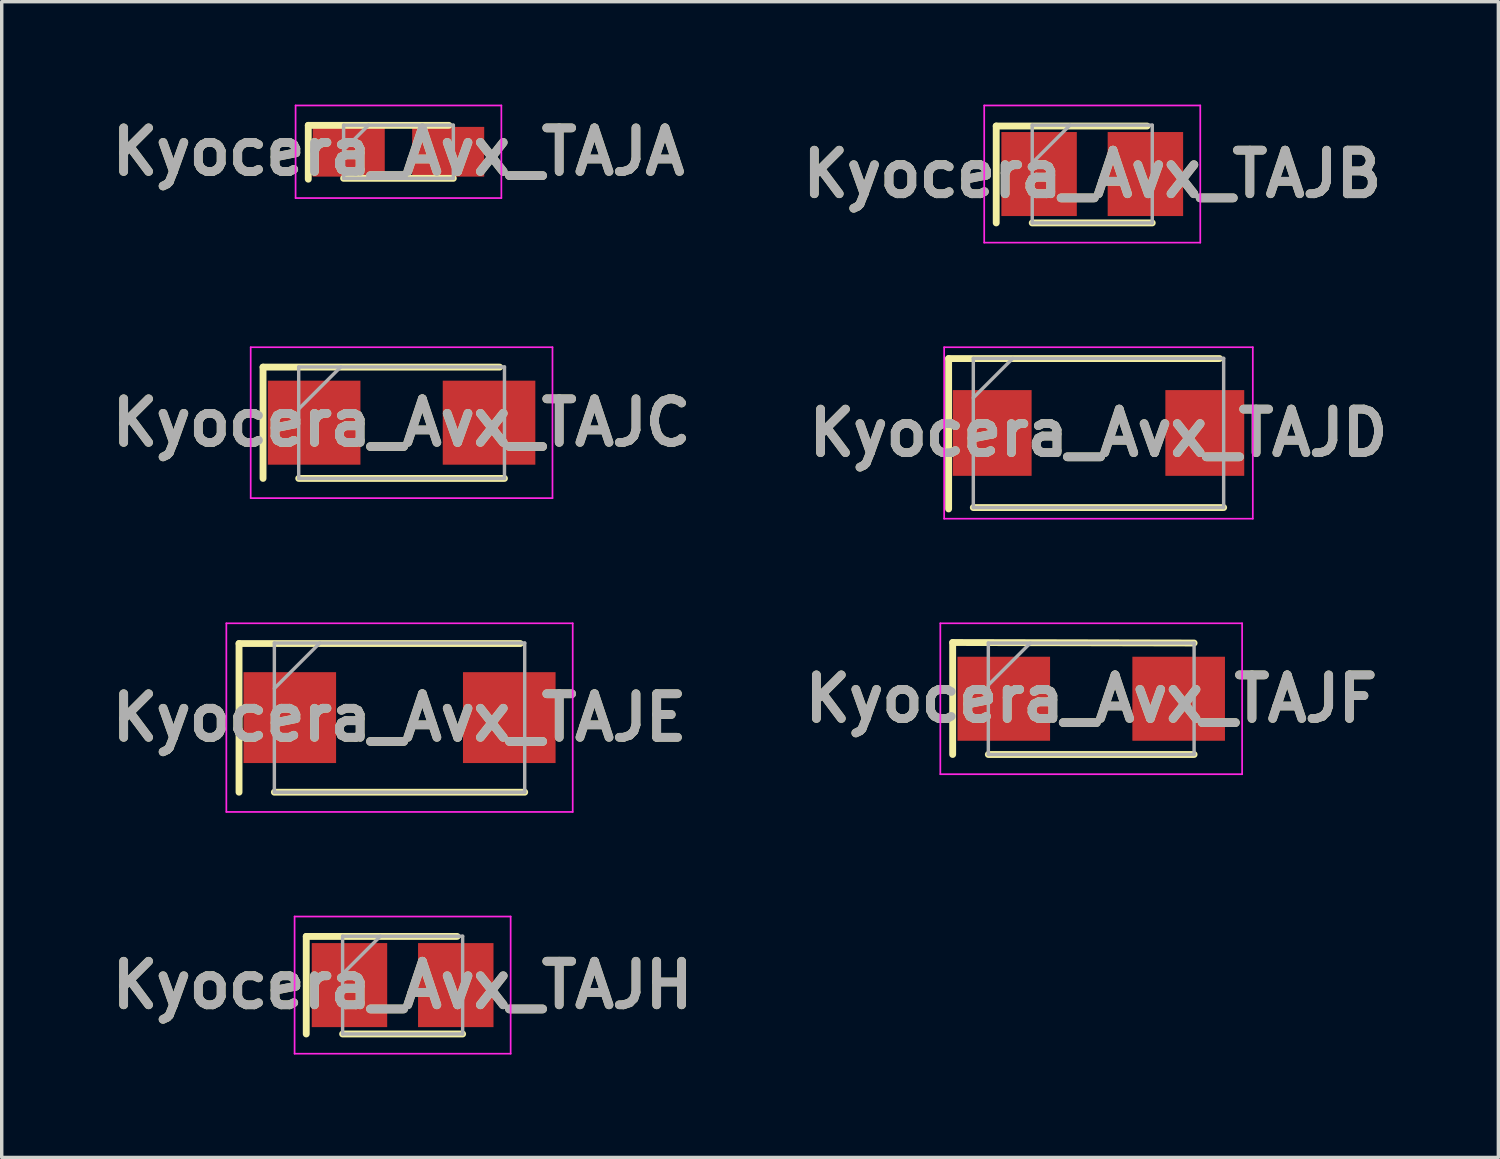
<source format=kicad_pcb>
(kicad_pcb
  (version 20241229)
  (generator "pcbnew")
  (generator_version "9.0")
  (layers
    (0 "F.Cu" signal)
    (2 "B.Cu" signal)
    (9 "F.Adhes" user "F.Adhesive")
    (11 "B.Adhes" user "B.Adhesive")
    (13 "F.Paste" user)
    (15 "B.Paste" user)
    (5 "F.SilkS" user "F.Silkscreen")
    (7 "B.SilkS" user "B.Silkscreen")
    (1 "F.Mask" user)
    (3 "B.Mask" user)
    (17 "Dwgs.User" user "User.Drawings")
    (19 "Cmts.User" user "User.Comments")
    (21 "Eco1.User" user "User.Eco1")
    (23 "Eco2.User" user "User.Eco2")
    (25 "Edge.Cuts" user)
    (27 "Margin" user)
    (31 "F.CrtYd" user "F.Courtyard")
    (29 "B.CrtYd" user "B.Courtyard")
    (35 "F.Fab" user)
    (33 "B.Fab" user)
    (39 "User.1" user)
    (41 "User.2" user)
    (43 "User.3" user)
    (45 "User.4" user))
  (footprint "Kyocera_Avx_TAJC"
    (layer "F.Cu")
    (at 8.66 9.275)
    (property "Reference" "Kyocera_Avx_TAJC" (at 0 0 0) (layer "F.SilkS") (effects (font (size 1.27 1.27) (thickness 0.254))))
    (attr smd)
    (fp_line (start -4.04 -1.62) (end -4.04 1.625) (stroke (width 0.2) (type solid)) (layer "F.SilkS"))
    (fp_line (start -3 1.625) (end 3 1.625) (stroke (width 0.2) (type solid)) (layer "F.SilkS"))
    (fp_line (start 2.86 -1.62) (end -4.04 -1.62) (stroke (width 0.2) (type solid)) (layer "F.SilkS"))
    (fp_line (start -4.4 -2.2) (end 4.4 -2.2) (stroke (width 0.05) (type solid)) (layer "F.CrtYd"))
    (fp_line (start -4.4 2.2) (end -4.4 -2.2) (stroke (width 0.05) (type solid)) (layer "F.CrtYd"))
    (fp_line (start 4.4 -2.2) (end 4.4 2.2) (stroke (width 0.05) (type solid)) (layer "F.CrtYd"))
    (fp_line (start 4.4 2.2) (end -4.4 2.2) (stroke (width 0.05) (type solid)) (layer "F.CrtYd"))
    (fp_line (start -3 -1.625) (end 3 -1.625) (stroke (width 0.1) (type solid)) (layer "F.Fab"))
    (fp_line (start -3 -0.4) (end -1.775 -1.625) (stroke (width 0.1) (type solid)) (layer "F.Fab"))
    (fp_line (start -3 1.625) (end -3 -1.625) (stroke (width 0.1) (type solid)) (layer "F.Fab"))
    (fp_line (start 3 -1.625) (end 3 1.625) (stroke (width 0.1) (type solid)) (layer "F.Fab"))
    (fp_line (start 3 1.625) (end -3 1.625) (stroke (width 0.1) (type solid)) (layer "F.Fab"))
    (fp_text user "${REFERENCE}" (at 0 0 0) (layer "F.Fab") (effects (font (size 1.27 1.27) (thickness 0.254))))
    (pad "1" smd rect (at -2.55 0 90) (size 2.45 2.7) (layers "F.Cu" "F.Mask" "F.Paste"))
    (pad "2" smd rect (at 2.55 0 90) (size 2.45 2.7) (layers "F.Cu" "F.Mask" "F.Paste")))
  (footprint "Kyocera_Avx_TAJE"
    (layer "F.Cu")
    (at 8.6 17.875)
    (property "Reference" "Kyocera_Avx_TAJE" (at 0 0 0) (layer "F.SilkS") (effects (font (size 1.27 1.27) (thickness 0.254))))
    (attr smd)
    (fp_line (start -4.68 -2.16) (end -4.68 2.175) (stroke (width 0.2) (type solid)) (layer "F.SilkS"))
    (fp_line (start -3.65 2.175) (end 3.65 2.175) (stroke (width 0.2) (type solid)) (layer "F.SilkS"))
    (fp_line (start 3.52 -2.16) (end -4.68 -2.16) (stroke (width 0.2) (type solid)) (layer "F.SilkS"))
    (fp_line (start -5.05 -2.75) (end 5.05 -2.75) (stroke (width 0.05) (type solid)) (layer "F.CrtYd"))
    (fp_line (start -5.05 2.75) (end -5.05 -2.75) (stroke (width 0.05) (type solid)) (layer "F.CrtYd"))
    (fp_line (start 5.05 -2.75) (end 5.05 2.75) (stroke (width 0.05) (type solid)) (layer "F.CrtYd"))
    (fp_line (start 5.05 2.75) (end -5.05 2.75) (stroke (width 0.05) (type solid)) (layer "F.CrtYd"))
    (fp_line (start -3.65 -2.175) (end 3.65 -2.175) (stroke (width 0.1) (type solid)) (layer "F.Fab"))
    (fp_line (start -3.65 -0.85) (end -2.325 -2.175) (stroke (width 0.1) (type solid)) (layer "F.Fab"))
    (fp_line (start -3.65 2.175) (end -3.65 -2.175) (stroke (width 0.1) (type solid)) (layer "F.Fab"))
    (fp_line (start 3.65 -2.175) (end 3.65 2.175) (stroke (width 0.1) (type solid)) (layer "F.Fab"))
    (fp_line (start 3.65 2.175) (end -3.65 2.175) (stroke (width 0.1) (type solid)) (layer "F.Fab"))
    (fp_text user "${REFERENCE}" (at 0 0 0) (layer "F.Fab") (effects (font (size 1.27 1.27) (thickness 0.254))))
    (pad "1" smd rect (at -3.2 0 90) (size 2.65 2.7) (layers "F.Cu" "F.Mask" "F.Paste"))
    (pad "2" smd rect (at 3.2 0 90) (size 2.65 2.7) (layers "F.Cu" "F.Mask" "F.Paste")))
  (footprint "Kyocera_Avx_TAJH"
    (layer "F.Cu")
    (at 8.69 25.675)
    (property "Reference" "Kyocera_Avx_TAJH" (at 0 0 0) (layer "F.SilkS") (effects (font (size 1.27 1.27) (thickness 0.254))))
    (attr smd)
    (fp_line (start -2.81 -1.42) (end -2.81 1.425) (stroke (width 0.2) (type solid)) (layer "F.SilkS"))
    (fp_line (start -1.75 1.425) (end 1.75 1.425) (stroke (width 0.2) (type solid)) (layer "F.SilkS"))
    (fp_line (start 1.59 -1.42) (end -2.81 -1.42) (stroke (width 0.2) (type solid)) (layer "F.SilkS"))
    (fp_line (start -3.15 -2) (end 3.15 -2) (stroke (width 0.05) (type solid)) (layer "F.CrtYd"))
    (fp_line (start -3.15 2) (end -3.15 -2) (stroke (width 0.05) (type solid)) (layer "F.CrtYd"))
    (fp_line (start 3.15 -2) (end 3.15 2) (stroke (width 0.05) (type solid)) (layer "F.CrtYd"))
    (fp_line (start 3.15 2) (end -3.15 2) (stroke (width 0.05) (type solid)) (layer "F.CrtYd"))
    (fp_line (start -1.75 -1.425) (end 1.75 -1.425) (stroke (width 0.1) (type solid)) (layer "F.Fab"))
    (fp_line (start -1.75 -0.325) (end -0.65 -1.425) (stroke (width 0.1) (type solid)) (layer "F.Fab"))
    (fp_line (start -1.75 1.425) (end -1.75 -1.425) (stroke (width 0.1) (type solid)) (layer "F.Fab"))
    (fp_line (start 1.75 -1.425) (end 1.75 1.425) (stroke (width 0.1) (type solid)) (layer "F.Fab"))
    (fp_line (start 1.75 1.425) (end -1.75 1.425) (stroke (width 0.1) (type solid)) (layer "F.Fab"))
    (fp_text user "${REFERENCE}" (at 0 0 0) (layer "F.Fab") (effects (font (size 1.27 1.27) (thickness 0.254))))
    (pad "1" smd rect (at -1.55 0) (size 2.2 2.45) (layers "F.Cu" "F.Mask" "F.Paste"))
    (pad "2" smd rect (at 1.55 0) (size 2.2 2.45) (layers "F.Cu" "F.Mask" "F.Paste")))
  (footprint "Kyocera_Avx_TAJB"
    (layer "F.Cu")
    (at 28.799 2.025)
    (property "Reference" "Kyocera_Avx_TAJB" (at 0 0 0) (layer "F.SilkS") (effects (font (size 1.27 1.27) (thickness 0.254))))
    (attr smd)
    (fp_line (start -2.8 -1.4) (end -2.8 1.425) (stroke (width 0.2) (type solid)) (layer "F.SilkS"))
    (fp_line (start -1.75 1.425) (end 1.75 1.425) (stroke (width 0.2) (type solid)) (layer "F.SilkS"))
    (fp_line (start 1.6 -1.4) (end -2.8 -1.4) (stroke (width 0.2) (type solid)) (layer "F.SilkS"))
    (fp_line (start -3.15 -2) (end 3.15 -2) (stroke (width 0.05) (type solid)) (layer "F.CrtYd"))
    (fp_line (start -3.15 2) (end -3.15 -2) (stroke (width 0.05) (type solid)) (layer "F.CrtYd"))
    (fp_line (start 3.15 -2) (end 3.15 2) (stroke (width 0.05) (type solid)) (layer "F.CrtYd"))
    (fp_line (start 3.15 2) (end -3.15 2) (stroke (width 0.05) (type solid)) (layer "F.CrtYd"))
    (fp_line (start -1.75 -1.425) (end 1.75 -1.425) (stroke (width 0.1) (type solid)) (layer "F.Fab"))
    (fp_line (start -1.75 -0.325) (end -0.65 -1.425) (stroke (width 0.1) (type solid)) (layer "F.Fab"))
    (fp_line (start -1.75 1.425) (end -1.75 -1.425) (stroke (width 0.1) (type solid)) (layer "F.Fab"))
    (fp_line (start 1.75 -1.425) (end 1.75 1.425) (stroke (width 0.1) (type solid)) (layer "F.Fab"))
    (fp_line (start 1.75 1.425) (end -1.75 1.425) (stroke (width 0.1) (type solid)) (layer "F.Fab"))
    (fp_text user "${REFERENCE}" (at 0 0 0) (layer "F.Fab") (effects (font (size 1.27 1.27) (thickness 0.254))))
    (pad "1" smd rect (at -1.55 0) (size 2.2 2.45) (layers "F.Cu" "F.Mask" "F.Paste"))
    (pad "2" smd rect (at 1.55 0) (size 2.2 2.45) (layers "F.Cu" "F.Mask" "F.Paste")))
  (footprint "Kyocera_Avx_TAJA"
    (layer "F.Cu")
    (at 8.569 1.375)
    (property "Reference" "Kyocera_Avx_TAJA" (at 0 0 0) (layer "F.SilkS") (effects (font (size 1.27 1.27) (thickness 0.254))))
    (attr smd)
    (fp_line (start -2.63 0.8) (end -2.63 -0.77) (stroke (width 0.2) (type solid)) (layer "F.SilkS"))
    (fp_line (start -1.6 0.775) (end 1.6 0.775) (stroke (width 0.2) (type solid)) (layer "F.SilkS"))
    (fp_line (start 1.47 -0.77) (end -2.63 -0.77) (stroke (width 0.2) (type solid)) (layer "F.SilkS"))
    (fp_line (start -3 -1.35) (end 3 -1.35) (stroke (width 0.05) (type solid)) (layer "F.CrtYd"))
    (fp_line (start -3 1.35) (end -3 -1.35) (stroke (width 0.05) (type solid)) (layer "F.CrtYd"))
    (fp_line (start 3 -1.35) (end 3 1.35) (stroke (width 0.05) (type solid)) (layer "F.CrtYd"))
    (fp_line (start 3 1.35) (end -3 1.35) (stroke (width 0.05) (type solid)) (layer "F.CrtYd"))
    (fp_line (start -1.6 -0.775) (end 1.6 -0.775) (stroke (width 0.1) (type solid)) (layer "F.Fab"))
    (fp_line (start -1.6 -0.05) (end -0.875 -0.775) (stroke (width 0.1) (type solid)) (layer "F.Fab"))
    (fp_line (start -1.6 0.775) (end -1.6 -0.775) (stroke (width 0.1) (type solid)) (layer "F.Fab"))
    (fp_line (start 1.6 -0.775) (end 1.6 0.775) (stroke (width 0.1) (type solid)) (layer "F.Fab"))
    (fp_line (start 1.6 0.775) (end -1.6 0.775) (stroke (width 0.1) (type solid)) (layer "F.Fab"))
    (fp_text user "${REFERENCE}" (at 0 0 0) (layer "F.Fab") (effects (font (size 1.27 1.27) (thickness 0.254))))
    (pad "1" smd rect (at -1.45 0 90) (size 1.45 2.1) (layers "F.Cu" "F.Mask" "F.Paste"))
    (pad "2" smd rect (at 1.45 0 90) (size 1.45 2.1) (layers "F.Cu" "F.Mask" "F.Paste")))
  (footprint "Kyocera_Avx_TAJD"
    (layer "F.Cu")
    (at 28.981 9.575)
    (property "Reference" "Kyocera_Avx_TAJD" (at 0 0 0) (layer "F.SilkS") (effects (font (size 1.27 1.27) (thickness 0.254))))
    (attr smd)
    (fp_line (start -4.37 -2.17) (end -4.37 2.215) (stroke (width 0.2) (type solid)) (layer "F.SilkS"))
    (fp_line (start -3.65 2.175) (end 3.65 2.175) (stroke (width 0.2) (type solid)) (layer "F.SilkS"))
    (fp_line (start 3.53 -2.17) (end -4.37 -2.17) (stroke (width 0.2) (type solid)) (layer "F.SilkS"))
    (fp_line (start -4.5 -2.5) (end 4.5 -2.5) (stroke (width 0.05) (type solid)) (layer "F.CrtYd"))
    (fp_line (start -4.5 2.5) (end -4.5 -2.5) (stroke (width 0.05) (type solid)) (layer "F.CrtYd"))
    (fp_line (start 4.5 -2.5) (end 4.5 2.5) (stroke (width 0.05) (type solid)) (layer "F.CrtYd"))
    (fp_line (start 4.5 2.5) (end -4.5 2.5) (stroke (width 0.05) (type solid)) (layer "F.CrtYd"))
    (fp_line (start -3.65 -2.175) (end 3.65 -2.175) (stroke (width 0.1) (type solid)) (layer "F.Fab"))
    (fp_line (start -3.65 -1.025) (end -2.5 -2.175) (stroke (width 0.1) (type solid)) (layer "F.Fab"))
    (fp_line (start -3.65 2.175) (end -3.65 -2.175) (stroke (width 0.1) (type solid)) (layer "F.Fab"))
    (fp_line (start 3.65 -2.175) (end 3.65 2.175) (stroke (width 0.1) (type solid)) (layer "F.Fab"))
    (fp_line (start 3.65 2.175) (end -3.65 2.175) (stroke (width 0.1) (type solid)) (layer "F.Fab"))
    (fp_text user "${REFERENCE}" (at 0 0 0) (layer "F.Fab") (effects (font (size 1.27 1.27) (thickness 0.254))))
    (pad "1" smd rect (at -3.1 0) (size 2.3 2.5) (layers "F.Cu" "F.Mask" "F.Paste"))
    (pad "2" smd rect (at 3.1 0) (size 2.3 2.5) (layers "F.Cu" "F.Mask" "F.Paste")))
  (footprint "Kyocera_Avx_TAJF"
    (layer "F.Cu")
    (at 28.769 17.325)
    (property "Reference" "Kyocera_Avx_TAJF" (at 0 0 0) (layer "F.SilkS") (effects (font (size 1.27 1.27) (thickness 0.254))))
    (attr smd)
    (fp_line (start -4.04 1.625) (end -4.04 -1.64) (stroke (width 0.2) (type solid)) (layer "F.SilkS"))
    (fp_line (start -3 1.625) (end 3 1.625) (stroke (width 0.2) (type solid)) (layer "F.SilkS"))
    (fp_line (start 3 -1.625) (end -4.04 -1.64) (stroke (width 0.2) (type solid)) (layer "F.SilkS"))
    (fp_line (start -4.4 -2.2) (end 4.4 -2.2) (stroke (width 0.05) (type solid)) (layer "F.CrtYd"))
    (fp_line (start -4.4 2.2) (end -4.4 -2.2) (stroke (width 0.05) (type solid)) (layer "F.CrtYd"))
    (fp_line (start 4.4 -2.2) (end 4.4 2.2) (stroke (width 0.05) (type solid)) (layer "F.CrtYd"))
    (fp_line (start 4.4 2.2) (end -4.4 2.2) (stroke (width 0.05) (type solid)) (layer "F.CrtYd"))
    (fp_line (start -3 -1.625) (end 3 -1.625) (stroke (width 0.1) (type solid)) (layer "F.Fab"))
    (fp_line (start -3 -0.4) (end -1.775 -1.625) (stroke (width 0.1) (type solid)) (layer "F.Fab"))
    (fp_line (start -3 1.625) (end -3 -1.625) (stroke (width 0.1) (type solid)) (layer "F.Fab"))
    (fp_line (start 3 -1.625) (end 3 1.625) (stroke (width 0.1) (type solid)) (layer "F.Fab"))
    (fp_line (start 3 1.625) (end -3 1.625) (stroke (width 0.1) (type solid)) (layer "F.Fab"))
    (fp_text user "${REFERENCE}" (at 0 0 0) (layer "F.Fab") (effects (font (size 1.27 1.27) (thickness 0.254))))
    (pad "1" smd rect (at -2.55 0 90) (size 2.45 2.7) (layers "F.Cu" "F.Mask" "F.Paste"))
    (pad "2" smd rect (at 2.55 0 90) (size 2.45 2.7) (layers "F.Cu" "F.Mask" "F.Paste")))
  (gr_rect
    (start -3 -3)
    (end 40.641 30.7)
    (stroke (width 0.1) (type default))
    (fill no)
    (layer "Edge.Cuts")))
</source>
